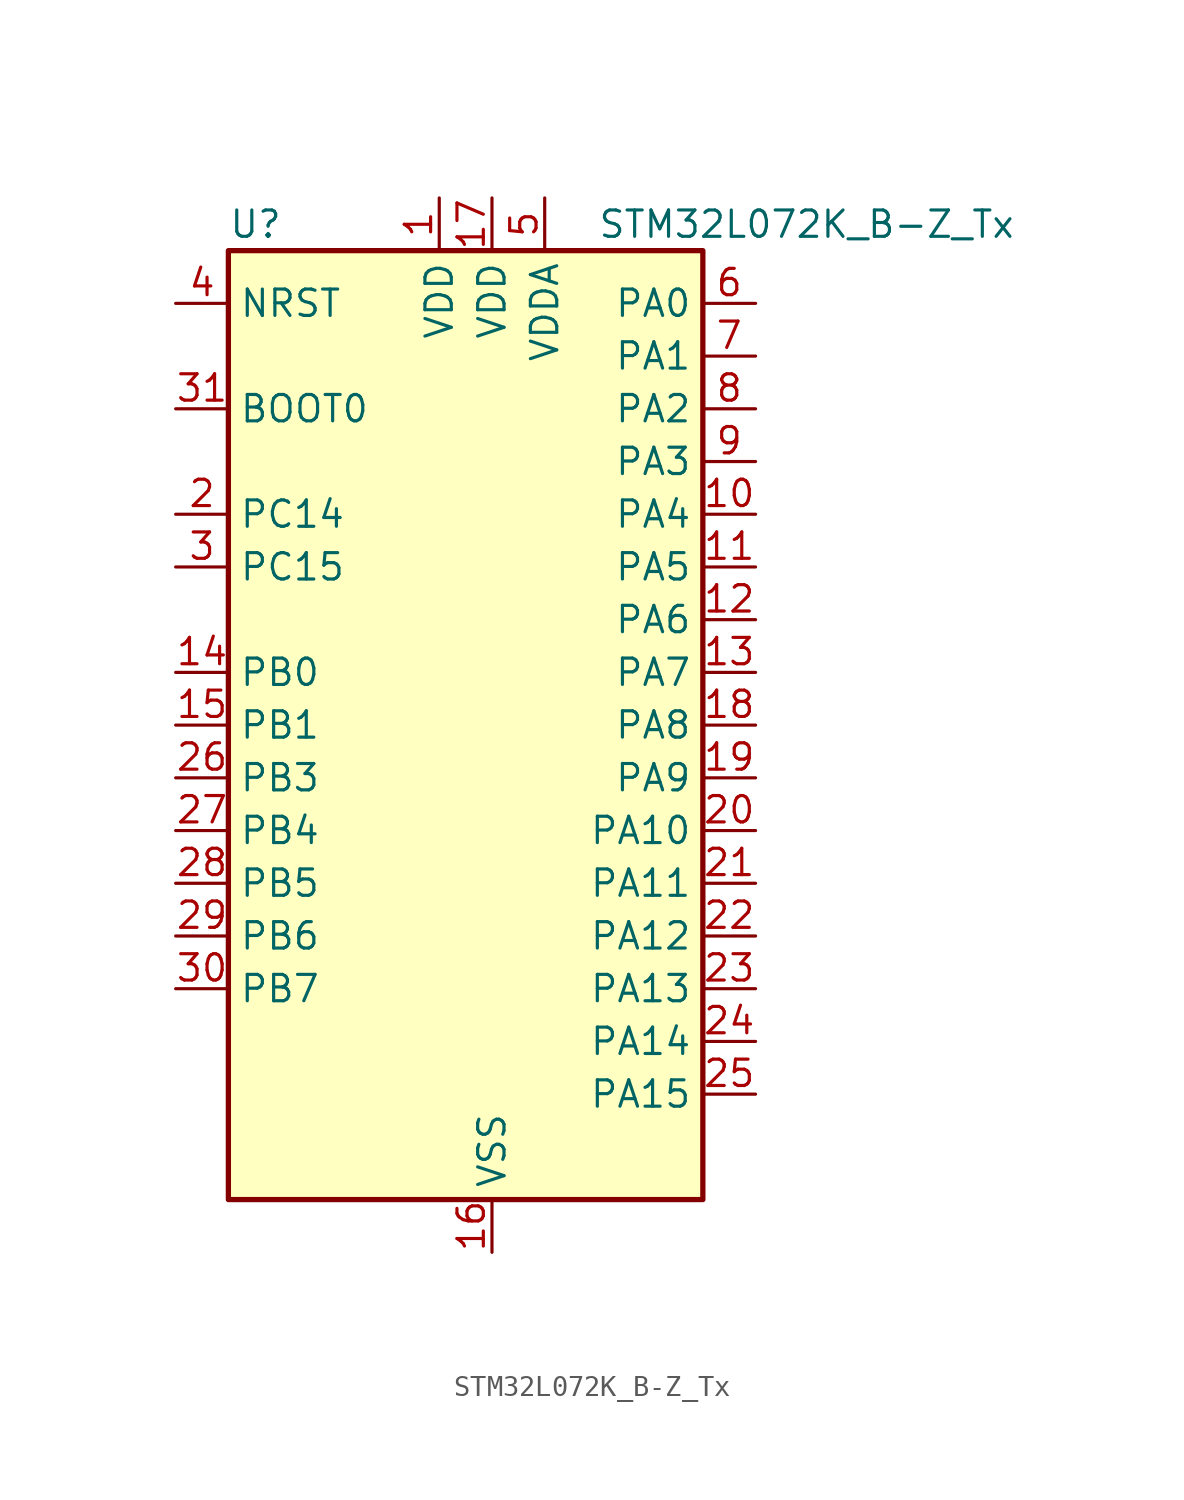
<source format=kicad_sym>
(kicad_symbol_lib
  (version 20220914)
  (generator kicad_symbol_editor)
  (symbol "STM32L072K_B-Z_Tx"
    (property "Reference" "U"
      (at -10.16 24.13 0)
      (effects (font (size 1.27 1.27)) (justify left)))
    (property "Value" "STM32L072K_B-Z_Tx"
      (at 7.62 24.13 0)
      (effects (font (size 1.27 1.27)) (justify left)))
    (property "ki_locked" ""
      (at 0 0 0)
      (effects (font (size 1.27 1.27))))
    (symbol "STM32L072K_B-Z_Tx_0_1"
      (rectangle (start -10.16 -22.86) (end 12.7 22.86) (stroke (width 0.254) (type default)) (fill (type background))))
    (symbol "STM32L072K_B-Z_Tx_1_1"
      (pin power_in line (at 0 25.4 270) (length 2.54) (name "VDD" (effects (font (size 1.27 1.27)))) (number "1" (effects (font (size 1.27 1.27)))))
      (pin bidirectional line (at 15.24 10.16 180) (length 2.54) (name "PA4" (effects (font (size 1.27 1.27)))) (number "10" (effects (font (size 1.27 1.27)))) (alternate "ADC_IN4" bidirectional line) (alternate "COMP1_INM" bidirectional line) (alternate "COMP2_INM" bidirectional line) (alternate "DAC_OUT1" bidirectional line) (alternate "SPI1_NSS" bidirectional line) (alternate "TIM22_ETR" bidirectional line) (alternate "TSC_G2_IO1" bidirectional line) (alternate "USART2_CK" bidirectional line))
      (pin bidirectional line (at 15.24 7.62 180) (length 2.54) (name "PA5" (effects (font (size 1.27 1.27)))) (number "11" (effects (font (size 1.27 1.27)))) (alternate "ADC_IN5" bidirectional line) (alternate "COMP1_INM" bidirectional line) (alternate "COMP2_INM" bidirectional line) (alternate "DAC_OUT2" bidirectional line) (alternate "SPI1_SCK" bidirectional line) (alternate "TIM2_CH1" bidirectional line) (alternate "TIM2_ETR" bidirectional line) (alternate "TSC_G2_IO2" bidirectional line))
      (pin bidirectional line (at 15.24 5.08 180) (length 2.54) (name "PA6" (effects (font (size 1.27 1.27)))) (number "12" (effects (font (size 1.27 1.27)))) (alternate "ADC_IN6" bidirectional line) (alternate "COMP1_OUT" bidirectional line) (alternate "LPUART1_CTS" bidirectional line) (alternate "SPI1_MISO" bidirectional line) (alternate "TIM22_CH1" bidirectional line) (alternate "TIM3_CH1" bidirectional line) (alternate "TSC_G2_IO3" bidirectional line))
      (pin bidirectional line (at 15.24 2.54 180) (length 2.54) (name "PA7" (effects (font (size 1.27 1.27)))) (number "13" (effects (font (size 1.27 1.27)))) (alternate "ADC_IN7" bidirectional line) (alternate "COMP2_OUT" bidirectional line) (alternate "SPI1_MOSI" bidirectional line) (alternate "TIM22_CH2" bidirectional line) (alternate "TIM3_CH2" bidirectional line) (alternate "TSC_G2_IO4" bidirectional line))
      (pin bidirectional line (at -12.7 2.54 0) (length 2.54) (name "PB0" (effects (font (size 1.27 1.27)))) (number "14" (effects (font (size 1.27 1.27)))) (alternate "ADC_IN8" bidirectional line) (alternate "SYS_VREF_OUT_PB0" bidirectional line) (alternate "TIM3_CH3" bidirectional line) (alternate "TSC_G3_IO2" bidirectional line))
      (pin bidirectional line (at -12.7 0 0) (length 2.54) (name "PB1" (effects (font (size 1.27 1.27)))) (number "15" (effects (font (size 1.27 1.27)))) (alternate "ADC_IN9" bidirectional line) (alternate "LPUART1_DE" bidirectional line) (alternate "LPUART1_RTS" bidirectional line) (alternate "SYS_VREF_OUT_PB1" bidirectional line) (alternate "TIM3_CH4" bidirectional line) (alternate "TSC_G3_IO3" bidirectional line))
      (pin power_in line (at 2.54 -25.4 90) (length 2.54) (name "VSS" (effects (font (size 1.27 1.27)))) (number "16" (effects (font (size 1.27 1.27)))))
      (pin power_in line (at 2.54 25.4 270) (length 2.54) (name "VDD" (effects (font (size 1.27 1.27)))) (number "17" (effects (font (size 1.27 1.27)))))
      (pin bidirectional line (at 15.24 0 180) (length 2.54) (name "PA8" (effects (font (size 1.27 1.27)))) (number "18" (effects (font (size 1.27 1.27)))) (alternate "CRS_SYNC" bidirectional line) (alternate "I2C3_SCL" bidirectional line) (alternate "RCC_MCO" bidirectional line) (alternate "USART1_CK" bidirectional line))
      (pin bidirectional line (at 15.24 -2.54 180) (length 2.54) (name "PA9" (effects (font (size 1.27 1.27)))) (number "19" (effects (font (size 1.27 1.27)))) (alternate "DAC_EXTI9" bidirectional line) (alternate "I2C1_SCL" bidirectional line) (alternate "I2C3_SMBA" bidirectional line) (alternate "RCC_MCO" bidirectional line) (alternate "TSC_G4_IO1" bidirectional line) (alternate "USART1_TX" bidirectional line))
      (pin bidirectional line (at -12.7 10.16 0) (length 2.54) (name "PC14" (effects (font (size 1.27 1.27)))) (number "2" (effects (font (size 1.27 1.27)))) (alternate "RCC_OSC32_IN" bidirectional line))
      (pin bidirectional line (at 15.24 -5.08 180) (length 2.54) (name "PA10" (effects (font (size 1.27 1.27)))) (number "20" (effects (font (size 1.27 1.27)))) (alternate "I2C1_SDA" bidirectional line) (alternate "TSC_G4_IO2" bidirectional line) (alternate "USART1_RX" bidirectional line))
      (pin bidirectional line (at 15.24 -7.62 180) (length 2.54) (name "PA11" (effects (font (size 1.27 1.27)))) (number "21" (effects (font (size 1.27 1.27)))) (alternate "ADC_EXTI11" bidirectional line) (alternate "COMP1_OUT" bidirectional line) (alternate "SPI1_MISO" bidirectional line) (alternate "TSC_G4_IO3" bidirectional line) (alternate "USART1_CTS" bidirectional line) (alternate "USB_DM" bidirectional line))
      (pin bidirectional line (at 15.24 -10.16 180) (length 2.54) (name "PA12" (effects (font (size 1.27 1.27)))) (number "22" (effects (font (size 1.27 1.27)))) (alternate "COMP2_OUT" bidirectional line) (alternate "SPI1_MOSI" bidirectional line) (alternate "TSC_G4_IO4" bidirectional line) (alternate "USART1_DE" bidirectional line) (alternate "USART1_RTS" bidirectional line) (alternate "USB_DP" bidirectional line))
      (pin bidirectional line (at 15.24 -12.7 180) (length 2.54) (name "PA13" (effects (font (size 1.27 1.27)))) (number "23" (effects (font (size 1.27 1.27)))) (alternate "LPUART1_RX" bidirectional line) (alternate "SYS_SWDIO" bidirectional line) (alternate "USB_NOE" bidirectional line))
      (pin bidirectional line (at 15.24 -15.24 180) (length 2.54) (name "PA14" (effects (font (size 1.27 1.27)))) (number "24" (effects (font (size 1.27 1.27)))) (alternate "LPUART1_TX" bidirectional line) (alternate "SYS_SWCLK" bidirectional line) (alternate "USART2_TX" bidirectional line))
      (pin bidirectional line (at 15.24 -17.78 180) (length 2.54) (name "PA15" (effects (font (size 1.27 1.27)))) (number "25" (effects (font (size 1.27 1.27)))) (alternate "SPI1_NSS" bidirectional line) (alternate "TIM2_CH1" bidirectional line) (alternate "TIM2_ETR" bidirectional line) (alternate "USART2_RX" bidirectional line) (alternate "USART4_DE" bidirectional line) (alternate "USART4_RTS" bidirectional line))
      (pin bidirectional line (at -12.7 -2.54 0) (length 2.54) (name "PB3" (effects (font (size 1.27 1.27)))) (number "26" (effects (font (size 1.27 1.27)))) (alternate "COMP2_INM" bidirectional line) (alternate "SPI1_SCK" bidirectional line) (alternate "TIM2_CH2" bidirectional line) (alternate "TSC_G5_IO1" bidirectional line) (alternate "USART1_DE" bidirectional line) (alternate "USART1_RTS" bidirectional line) (alternate "USART5_TX" bidirectional line))
      (pin bidirectional line (at -12.7 -5.08 0) (length 2.54) (name "PB4" (effects (font (size 1.27 1.27)))) (number "27" (effects (font (size 1.27 1.27)))) (alternate "COMP2_INP" bidirectional line) (alternate "I2C3_SDA" bidirectional line) (alternate "SPI1_MISO" bidirectional line) (alternate "TIM22_CH1" bidirectional line) (alternate "TIM3_CH1" bidirectional line) (alternate "TSC_G5_IO2" bidirectional line) (alternate "USART1_CTS" bidirectional line) (alternate "USART5_RX" bidirectional line))
      (pin bidirectional line (at -12.7 -7.62 0) (length 2.54) (name "PB5" (effects (font (size 1.27 1.27)))) (number "28" (effects (font (size 1.27 1.27)))) (alternate "COMP2_INP" bidirectional line) (alternate "I2C1_SMBA" bidirectional line) (alternate "LPTIM1_IN1" bidirectional line) (alternate "SPI1_MOSI" bidirectional line) (alternate "TIM22_CH2" bidirectional line) (alternate "TIM3_CH2" bidirectional line) (alternate "USART1_CK" bidirectional line) (alternate "USART5_CK" bidirectional line) (alternate "USART5_DE" bidirectional line) (alternate "USART5_RTS" bidirectional line))
      (pin bidirectional line (at -12.7 -10.16 0) (length 2.54) (name "PB6" (effects (font (size 1.27 1.27)))) (number "29" (effects (font (size 1.27 1.27)))) (alternate "COMP2_INP" bidirectional line) (alternate "I2C1_SCL" bidirectional line) (alternate "LPTIM1_ETR" bidirectional line) (alternate "TSC_G5_IO3" bidirectional line) (alternate "USART1_TX" bidirectional line))
      (pin bidirectional line (at -12.7 7.62 0) (length 2.54) (name "PC15" (effects (font (size 1.27 1.27)))) (number "3" (effects (font (size 1.27 1.27)))) (alternate "RCC_OSC32_OUT" bidirectional line))
      (pin bidirectional line (at -12.7 -12.7 0) (length 2.54) (name "PB7" (effects (font (size 1.27 1.27)))) (number "30" (effects (font (size 1.27 1.27)))) (alternate "COMP2_INP" bidirectional line) (alternate "I2C1_SDA" bidirectional line) (alternate "LPTIM1_IN2" bidirectional line) (alternate "SYS_PVD_IN" bidirectional line) (alternate "TSC_G5_IO4" bidirectional line) (alternate "USART1_RX" bidirectional line) (alternate "USART4_CTS" bidirectional line))
      (pin input line (at -12.7 15.24 0) (length 2.54) (name "BOOT0" (effects (font (size 1.27 1.27)))) (number "31" (effects (font (size 1.27 1.27)))))
      (pin passive line (at 2.54 -25.4 90) (length 2.54) hide (name "VSS" (effects (font (size 1.27 1.27)))) (number "32" (effects (font (size 1.27 1.27)))))
      (pin input line (at -12.7 20.32 0) (length 2.54) (name "NRST" (effects (font (size 1.27 1.27)))) (number "4" (effects (font (size 1.27 1.27)))))
      (pin power_in line (at 5.08 25.4 270) (length 2.54) (name "VDDA" (effects (font (size 1.27 1.27)))) (number "5" (effects (font (size 1.27 1.27)))))
      (pin bidirectional line (at 15.24 20.32 180) (length 2.54) (name "PA0" (effects (font (size 1.27 1.27)))) (number "6" (effects (font (size 1.27 1.27)))) (alternate "ADC_IN0" bidirectional line) (alternate "COMP1_INM" bidirectional line) (alternate "COMP1_OUT" bidirectional line) (alternate "RTC_TAMP2" bidirectional line) (alternate "SYS_WKUP1" bidirectional line) (alternate "TIM2_CH1" bidirectional line) (alternate "TIM2_ETR" bidirectional line) (alternate "TSC_G1_IO1" bidirectional line) (alternate "USART2_CTS" bidirectional line) (alternate "USART4_TX" bidirectional line))
      (pin bidirectional line (at 15.24 17.78 180) (length 2.54) (name "PA1" (effects (font (size 1.27 1.27)))) (number "7" (effects (font (size 1.27 1.27)))) (alternate "ADC_IN1" bidirectional line) (alternate "COMP1_INP" bidirectional line) (alternate "TIM21_ETR" bidirectional line) (alternate "TIM2_CH2" bidirectional line) (alternate "TSC_G1_IO2" bidirectional line) (alternate "USART2_DE" bidirectional line) (alternate "USART2_RTS" bidirectional line) (alternate "USART4_RX" bidirectional line))
      (pin bidirectional line (at 15.24 15.24 180) (length 2.54) (name "PA2" (effects (font (size 1.27 1.27)))) (number "8" (effects (font (size 1.27 1.27)))) (alternate "ADC_IN2" bidirectional line) (alternate "COMP2_INM" bidirectional line) (alternate "COMP2_OUT" bidirectional line) (alternate "LPUART1_TX" bidirectional line) (alternate "TIM21_CH1" bidirectional line) (alternate "TIM2_CH3" bidirectional line) (alternate "TSC_G1_IO3" bidirectional line) (alternate "USART2_TX" bidirectional line))
      (pin bidirectional line (at 15.24 12.7 180) (length 2.54) (name "PA3" (effects (font (size 1.27 1.27)))) (number "9" (effects (font (size 1.27 1.27)))) (alternate "ADC_IN3" bidirectional line) (alternate "COMP2_INP" bidirectional line) (alternate "LPUART1_RX" bidirectional line) (alternate "TIM21_CH2" bidirectional line) (alternate "TIM2_CH4" bidirectional line) (alternate "TSC_G1_IO4" bidirectional line) (alternate "USART2_RX" bidirectional line)))))
</source>
